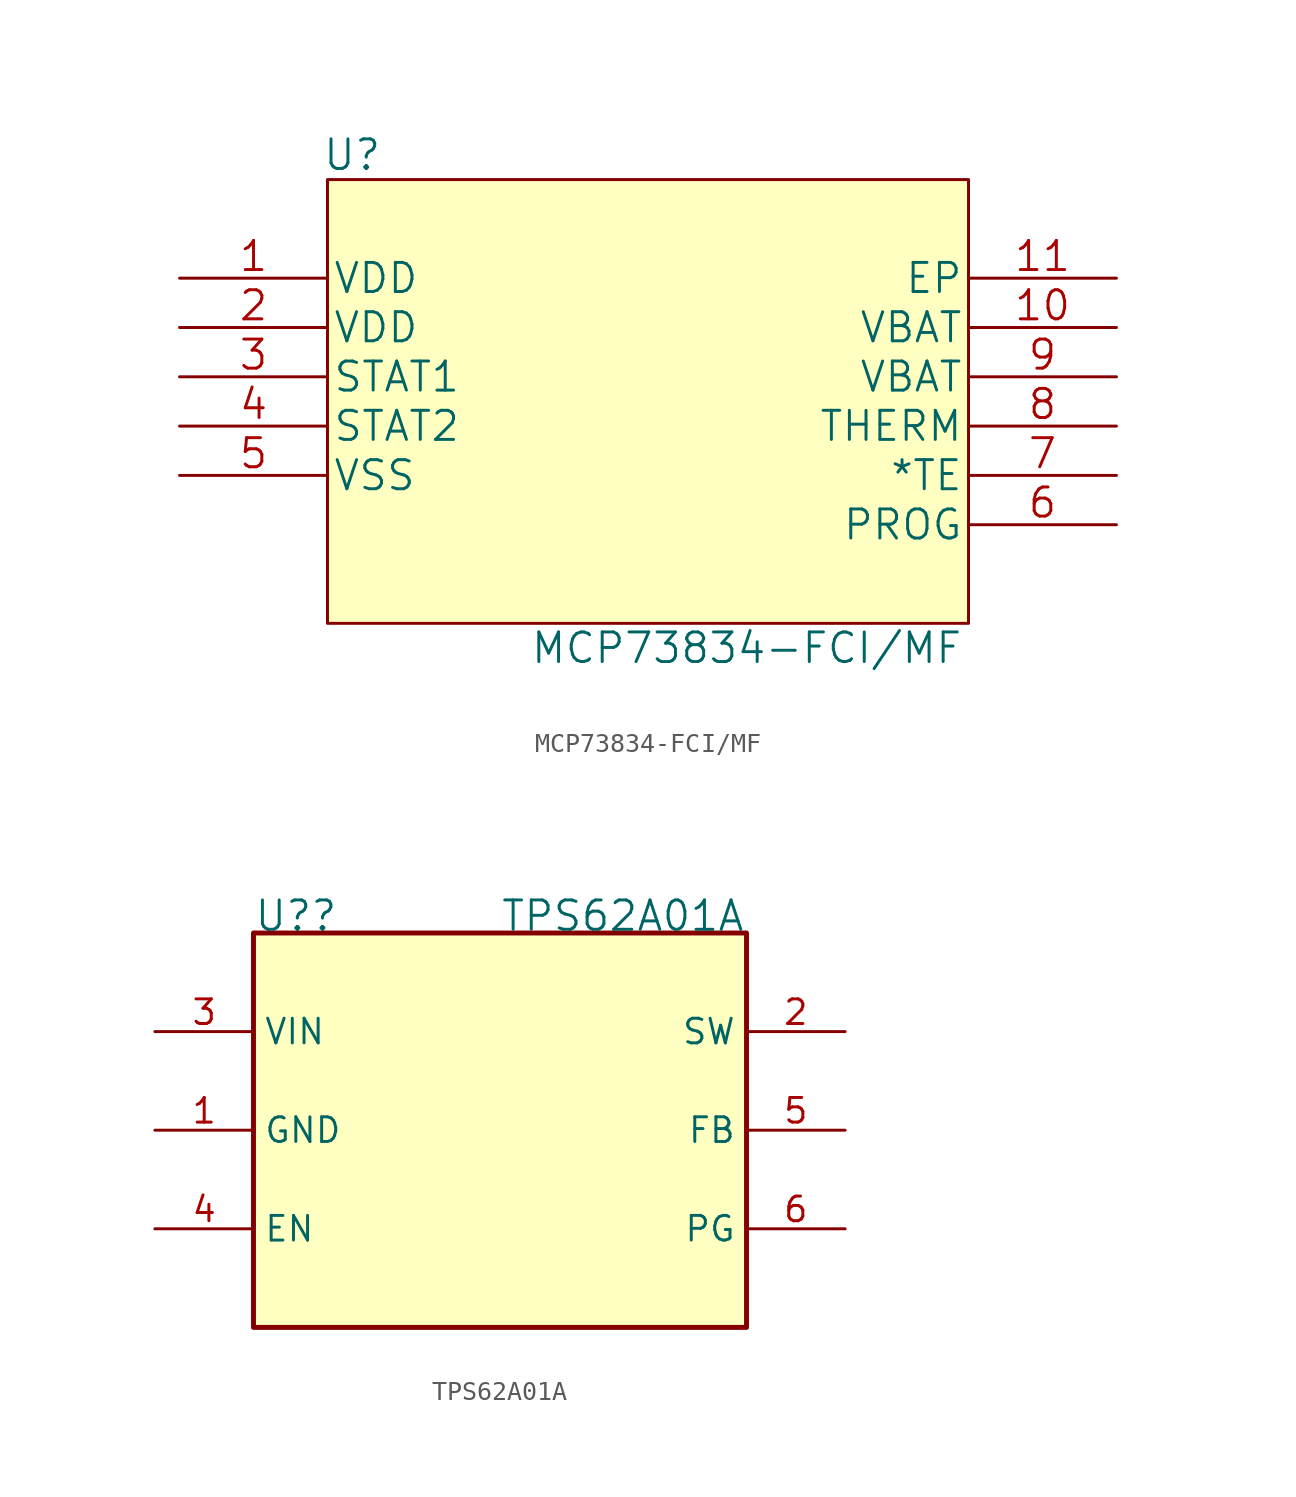
<source format=kicad_sym>
(kicad_symbol_lib
  (version 20220914)
  (generator kicad_symbol_editor)
  (symbol "MCP73834-FCI/MF"
    (pin_names
      (offset 0.254))
    (property "Reference" "U"
      (at 8.89 6.35 0)
      (effects (font (size 1.524 1.524))))
    (property "Value" "MCP73834-FCI/MF"
      (at 29.21 -19.05 0)
      (effects (font (size 1.524 1.524))))
    (symbol "MCP73834-FCI/MF_1_1"
      (rectangle (start 7.62 5.08) (end 40.64 -17.78) (stroke (width 0) (type default)) (fill (type background)))
      (pin unspecified line (at 0 0 0) (length 7.62) (name "VDD" (effects (font (size 1.499 1.499)))) (number "1" (effects (font (size 1.499 1.499)))))
      (pin unspecified line (at 48.26 -2.54 180) (length 7.62) (name "VBAT" (effects (font (size 1.499 1.499)))) (number "10" (effects (font (size 1.499 1.499)))))
      (pin unspecified line (at 48.26 0 180) (length 7.62) (name "EP" (effects (font (size 1.499 1.499)))) (number "11" (effects (font (size 1.499 1.499)))))
      (pin unspecified line (at 0 -2.54 0) (length 7.62) (name "VDD" (effects (font (size 1.499 1.499)))) (number "2" (effects (font (size 1.499 1.499)))))
      (pin unspecified line (at 0 -5.08 0) (length 7.62) (name "STAT1" (effects (font (size 1.499 1.499)))) (number "3" (effects (font (size 1.499 1.499)))))
      (pin unspecified line (at 0 -7.62 0) (length 7.62) (name "STAT2" (effects (font (size 1.499 1.499)))) (number "4" (effects (font (size 1.499 1.499)))))
      (pin unspecified line (at 0 -10.16 0) (length 7.62) (name "VSS" (effects (font (size 1.499 1.499)))) (number "5" (effects (font (size 1.499 1.499)))))
      (pin unspecified line (at 48.26 -12.7 180) (length 7.62) (name "PROG" (effects (font (size 1.499 1.499)))) (number "6" (effects (font (size 1.499 1.499)))))
      (pin unspecified line (at 48.26 -10.16 180) (length 7.62) (name "*TE" (effects (font (size 1.499 1.499)))) (number "7" (effects (font (size 1.499 1.499)))))
      (pin unspecified line (at 48.26 -7.62 180) (length 7.62) (name "THERM" (effects (font (size 1.499 1.499)))) (number "8" (effects (font (size 1.499 1.499)))))
      (pin unspecified line (at 48.26 -5.08 180) (length 7.62) (name "VBAT" (effects (font (size 1.499 1.499)))) (number "9" (effects (font (size 1.499 1.499)))))))
  (symbol "TPS62A01A"
    (property "Reference" "U?"
      (at -12.7 10.16 0)
      (effects (font (size 1.511 1.511)) (justify left bottom)))
    (property "Value" "TPS62A01A"
      (at 0 10.16 0)
      (effects (font (size 1.511 1.511)) (justify left bottom)))
    (symbol "TPS62A01A_0_1"
      (rectangle (start -12.7 10.16) (end 12.7 -10.16) (stroke (width 0.254) (type default)) (fill (type background))))
    (symbol "TPS62A01A_1_0"
      (pin power_in line (at -17.78 0 0) (length 5.08) (name "GND" (effects (font (size 1.27 1.27)))) (number "1" (effects (font (size 1.27 1.27)))))
      (pin output line (at 17.78 5.08 180) (length 5.08) (name "SW" (effects (font (size 1.27 1.27)))) (number "2" (effects (font (size 1.27 1.27)))))
      (pin power_in line (at -17.78 5.08 0) (length 5.08) (name "VIN" (effects (font (size 1.27 1.27)))) (number "3" (effects (font (size 1.27 1.27)))))
      (pin input line (at -17.78 -5.08 0) (length 5.08) (name "EN" (effects (font (size 1.27 1.27)))) (number "4" (effects (font (size 1.27 1.27)))))
      (pin power_in line (at 17.78 0 180) (length 5.08) (name "FB" (effects (font (size 1.27 1.27)))) (number "5" (effects (font (size 1.27 1.27)))))
      (pin output line (at 17.78 -5.08 180) (length 5.08) (name "PG" (effects (font (size 1.27 1.27)))) (number "6" (effects (font (size 1.27 1.27))))))))
</source>
